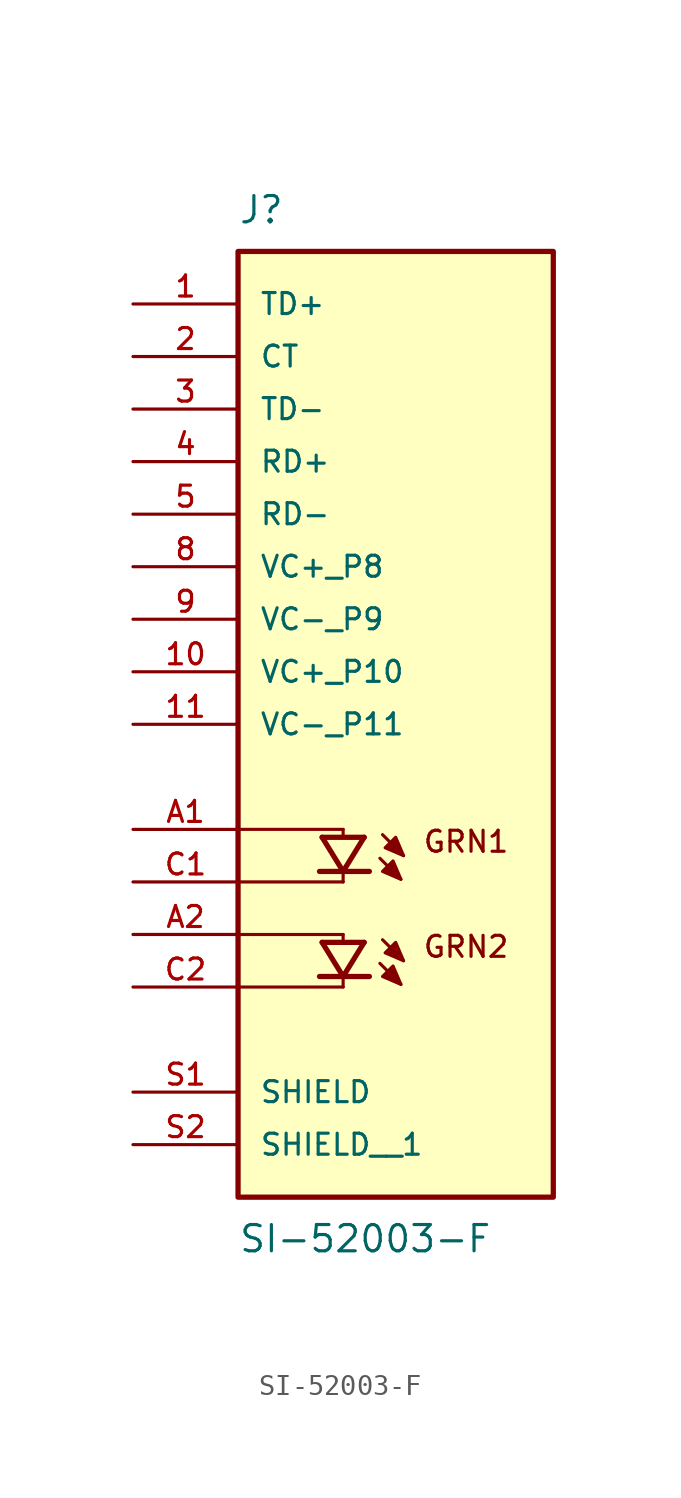
<source format=kicad_sym>
(kicad_symbol_lib
  (version 20231120)
  (generator "kicad_symbol_editor")
  (generator_version "8.0")
  (symbol "SI-52003-F"
    (pin_names
      (offset 1.016))
    (property "Reference" "J"
      (at -7.62 21.59 0)
      (effects (font (size 1.27 1.27)) (justify left bottom)))
    (property "Value" "SI-52003-F"
      (at -7.62 -26.67 0)
      (effects (font (size 1.27 1.27)) (justify left top)))
    (symbol "SI-52003-F_0_0"
      (rectangle (start -7.62 20.32) (end 7.62 -25.4) (stroke (width 0.254) (type default)) (fill (type background)))
      (polyline (pts (xy -7.62 -12.7) (xy -2.54 -12.7)) (stroke (width 0.152) (type default)) (fill (type none)))
      (polyline (pts (xy -7.62 -7.62) (xy -2.54 -7.62)) (stroke (width 0.152) (type default)) (fill (type none)))
      (polyline (pts (xy -3.683 -14.732) (xy -2.54 -14.732)) (stroke (width 0.254) (type default)) (fill (type none)))
      (polyline (pts (xy -3.683 -9.652) (xy -2.54 -9.652)) (stroke (width 0.254) (type default)) (fill (type none)))
      (polyline (pts (xy -3.556 -13.081) (xy -2.54 -14.732)) (stroke (width 0.254) (type default)) (fill (type none)))
      (polyline (pts (xy -3.556 -13.081) (xy -1.524 -13.081)) (stroke (width 0.254) (type default)) (fill (type none)))
      (polyline (pts (xy -3.556 -8.001) (xy -2.54 -9.652)) (stroke (width 0.254) (type default)) (fill (type none)))
      (polyline (pts (xy -3.556 -8.001) (xy -1.524 -8.001)) (stroke (width 0.254) (type default)) (fill (type none)))
      (polyline (pts (xy -2.54 -15.24) (xy -7.62 -15.24)) (stroke (width 0.152) (type default)) (fill (type none)))
      (polyline (pts (xy -2.54 -14.859) (xy -2.54 -15.24)) (stroke (width 0.152) (type default)) (fill (type none)))
      (polyline (pts (xy -2.54 -14.732) (xy -1.524 -13.081)) (stroke (width 0.254) (type default)) (fill (type none)))
      (polyline (pts (xy -2.54 -14.732) (xy -1.27 -14.732)) (stroke (width 0.254) (type default)) (fill (type none)))
      (polyline (pts (xy -2.54 -12.7) (xy -2.54 -12.954)) (stroke (width 0.152) (type default)) (fill (type none)))
      (polyline (pts (xy -2.54 -10.16) (xy -7.62 -10.16)) (stroke (width 0.152) (type default)) (fill (type none)))
      (polyline (pts (xy -2.54 -9.779) (xy -2.54 -10.16)) (stroke (width 0.152) (type default)) (fill (type none)))
      (polyline (pts (xy -2.54 -9.652) (xy -1.524 -8.001)) (stroke (width 0.254) (type default)) (fill (type none)))
      (polyline (pts (xy -2.54 -9.652) (xy -1.27 -9.652)) (stroke (width 0.254) (type default)) (fill (type none)))
      (polyline (pts (xy -2.54 -7.62) (xy -2.54 -7.874)) (stroke (width 0.152) (type default)) (fill (type none)))
      (polyline (pts (xy -0.762 -14.097) (xy 0.254 -15.113)) (stroke (width 0.152) (type default)) (fill (type none)))
      (polyline (pts (xy -0.762 -9.017) (xy 0.254 -10.033)) (stroke (width 0.152) (type default)) (fill (type none)))
      (polyline (pts (xy -0.635 -12.954) (xy 0.381 -13.97)) (stroke (width 0.152) (type default)) (fill (type none)))
      (polyline (pts (xy -0.635 -7.874) (xy 0.381 -8.89)) (stroke (width 0.152) (type default)) (fill (type none)))
      (polyline (pts (xy 0.254 -15.113) (xy -0.127 -14.224) (xy -0.635 -14.732) (xy 0.254 -15.113)) (stroke (width 0.152) (type default)) (fill (type outline)))
      (polyline (pts (xy 0.254 -10.033) (xy -0.127 -9.144) (xy -0.635 -9.652) (xy 0.254 -10.033)) (stroke (width 0.152) (type default)) (fill (type outline)))
      (polyline (pts (xy 0.381 -13.97) (xy 0 -13.081) (xy -0.508 -13.589) (xy 0.381 -13.97)) (stroke (width 0.152) (type default)) (fill (type outline)))
      (polyline (pts (xy 0.381 -8.89) (xy 0 -8.001) (xy -0.508 -8.509) (xy 0.381 -8.89)) (stroke (width 0.152) (type default)) (fill (type outline)))
      (text "GRN1" (at 1.27 -7.62 0) (effects (font (size 1.016 1.016)) (justify left top)))
      (text "GRN2" (at 1.27 -12.7 0) (effects (font (size 1.016 1.016)) (justify left top)))
      (pin passive line (at -12.7 17.78 0) (length 5.08) (name "TD+" (effects (font (size 1.016 1.016)))) (number "1" (effects (font (size 1.016 1.016)))))
      (pin passive line (at -12.7 0 0) (length 5.08) (name "VC+_P10" (effects (font (size 1.016 1.016)))) (number "10" (effects (font (size 1.016 1.016)))))
      (pin passive line (at -12.7 -2.54 0) (length 5.08) (name "VC-_P11" (effects (font (size 1.016 1.016)))) (number "11" (effects (font (size 1.016 1.016)))))
      (pin passive line (at -12.7 15.24 0) (length 5.08) (name "CT" (effects (font (size 1.016 1.016)))) (number "2" (effects (font (size 1.016 1.016)))))
      (pin passive line (at -12.7 12.7 0) (length 5.08) (name "TD-" (effects (font (size 1.016 1.016)))) (number "3" (effects (font (size 1.016 1.016)))))
      (pin passive line (at -12.7 10.16 0) (length 5.08) (name "RD+" (effects (font (size 1.016 1.016)))) (number "4" (effects (font (size 1.016 1.016)))))
      (pin passive line (at -12.7 7.62 0) (length 5.08) (name "RD-" (effects (font (size 1.016 1.016)))) (number "5" (effects (font (size 1.016 1.016)))))
      (pin passive line (at -12.7 5.08 0) (length 5.08) (name "VC+_P8" (effects (font (size 1.016 1.016)))) (number "8" (effects (font (size 1.016 1.016)))))
      (pin passive line (at -12.7 2.54 0) (length 5.08) (name "VC-_P9" (effects (font (size 1.016 1.016)))) (number "9" (effects (font (size 1.016 1.016)))))
      (pin passive line (at -12.7 -7.62 0) (length 5.08) (name "~" (effects (font (size 1.016 1.016)))) (number "A1" (effects (font (size 1.016 1.016)))))
      (pin passive line (at -12.7 -12.7 0) (length 5.08) (name "~" (effects (font (size 1.016 1.016)))) (number "A2" (effects (font (size 1.016 1.016)))))
      (pin passive line (at -12.7 -10.16 0) (length 5.08) (name "~" (effects (font (size 1.016 1.016)))) (number "C1" (effects (font (size 1.016 1.016)))))
      (pin passive line (at -12.7 -15.24 0) (length 5.08) (name "~" (effects (font (size 1.016 1.016)))) (number "C2" (effects (font (size 1.016 1.016)))))
      (pin passive line (at -12.7 -20.32 0) (length 5.08) (name "SHIELD" (effects (font (size 1.016 1.016)))) (number "S1" (effects (font (size 1.016 1.016)))))
      (pin passive line (at -12.7 -22.86 0) (length 5.08) (name "SHIELD__1" (effects (font (size 1.016 1.016)))) (number "S2" (effects (font (size 1.016 1.016))))))))
</source>
